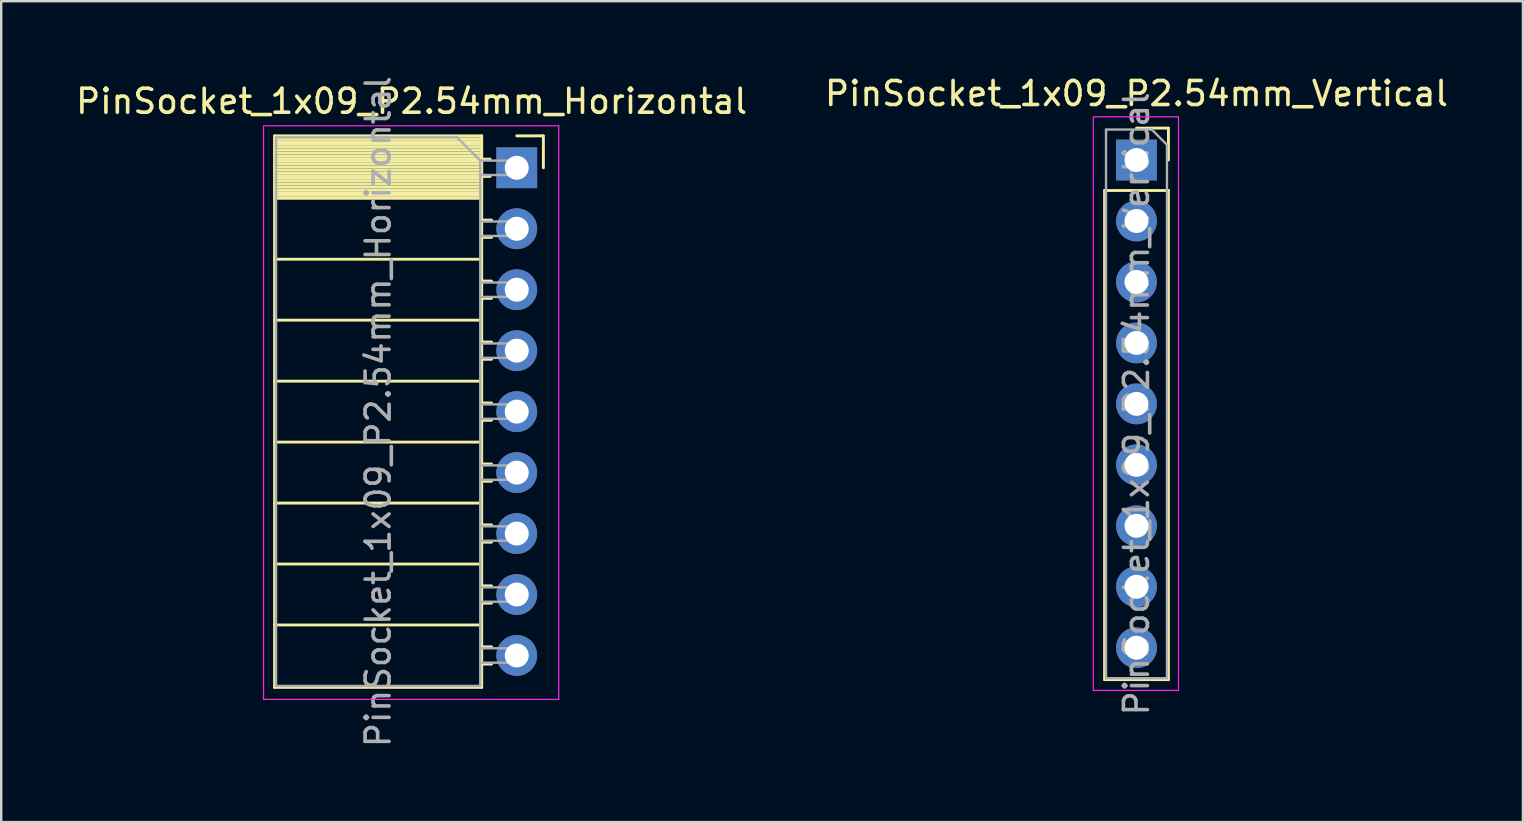
<source format=kicad_pcb>
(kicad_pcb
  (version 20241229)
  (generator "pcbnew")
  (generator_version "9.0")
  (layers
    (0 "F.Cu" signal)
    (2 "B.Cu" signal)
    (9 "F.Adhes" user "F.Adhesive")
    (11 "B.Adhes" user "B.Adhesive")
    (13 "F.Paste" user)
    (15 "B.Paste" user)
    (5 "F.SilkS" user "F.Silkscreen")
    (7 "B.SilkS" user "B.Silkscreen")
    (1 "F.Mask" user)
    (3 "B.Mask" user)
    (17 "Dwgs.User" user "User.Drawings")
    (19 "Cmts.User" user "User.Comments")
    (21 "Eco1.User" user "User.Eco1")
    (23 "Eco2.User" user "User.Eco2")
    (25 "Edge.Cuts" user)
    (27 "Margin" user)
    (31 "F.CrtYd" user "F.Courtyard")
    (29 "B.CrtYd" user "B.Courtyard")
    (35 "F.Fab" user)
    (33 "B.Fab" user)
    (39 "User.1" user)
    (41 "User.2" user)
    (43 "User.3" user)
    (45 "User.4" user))
  (footprint "PinSocket_1x09_P2.54mm_Horizontal"
    (layer "F.Cu")
    (at 18.481 3.941)
    (property "Reference" "PinSocket_1x09_P2.54mm_Horizontal" (at -4.38 -2.77 0) (layer "F.SilkS") (effects (font (size 1 1) (thickness 0.15))))
    (attr through_hole)
    (fp_line (start -10.09 -1.33) (end -10.09 21.65) (stroke (width 0.12) (type solid)) (layer "F.SilkS"))
    (fp_line (start -10.09 -1.33) (end -1.46 -1.33) (stroke (width 0.12) (type solid)) (layer "F.SilkS"))
    (fp_line (start -10.09 -1.21) (end -1.46 -1.21) (stroke (width 0.12) (type solid)) (layer "F.SilkS"))
    (fp_line (start -10.09 -1.092) (end -1.46 -1.092) (stroke (width 0.12) (type solid)) (layer "F.SilkS"))
    (fp_line (start -10.09 -0.974) (end -1.46 -0.974) (stroke (width 0.12) (type solid)) (layer "F.SilkS"))
    (fp_line (start -10.09 -0.856) (end -1.46 -0.856) (stroke (width 0.12) (type solid)) (layer "F.SilkS"))
    (fp_line (start -10.09 -0.738) (end -1.46 -0.738) (stroke (width 0.12) (type solid)) (layer "F.SilkS"))
    (fp_line (start -10.09 -0.62) (end -1.46 -0.62) (stroke (width 0.12) (type solid)) (layer "F.SilkS"))
    (fp_line (start -10.09 -0.501) (end -1.46 -0.501) (stroke (width 0.12) (type solid)) (layer "F.SilkS"))
    (fp_line (start -10.09 -0.383) (end -1.46 -0.383) (stroke (width 0.12) (type solid)) (layer "F.SilkS"))
    (fp_line (start -10.09 -0.265) (end -1.46 -0.265) (stroke (width 0.12) (type solid)) (layer "F.SilkS"))
    (fp_line (start -10.09 -0.147) (end -1.46 -0.147) (stroke (width 0.12) (type solid)) (layer "F.SilkS"))
    (fp_line (start -10.09 -0.029) (end -1.46 -0.029) (stroke (width 0.12) (type solid)) (layer "F.SilkS"))
    (fp_line (start -10.09 0.089) (end -1.46 0.089) (stroke (width 0.12) (type solid)) (layer "F.SilkS"))
    (fp_line (start -10.09 0.207) (end -1.46 0.207) (stroke (width 0.12) (type solid)) (layer "F.SilkS"))
    (fp_line (start -10.09 0.325) (end -1.46 0.325) (stroke (width 0.12) (type solid)) (layer "F.SilkS"))
    (fp_line (start -10.09 0.443) (end -1.46 0.443) (stroke (width 0.12) (type solid)) (layer "F.SilkS"))
    (fp_line (start -10.09 0.561) (end -1.46 0.561) (stroke (width 0.12) (type solid)) (layer "F.SilkS"))
    (fp_line (start -10.09 0.68) (end -1.46 0.68) (stroke (width 0.12) (type solid)) (layer "F.SilkS"))
    (fp_line (start -10.09 0.798) (end -1.46 0.798) (stroke (width 0.12) (type solid)) (layer "F.SilkS"))
    (fp_line (start -10.09 0.916) (end -1.46 0.916) (stroke (width 0.12) (type solid)) (layer "F.SilkS"))
    (fp_line (start -10.09 1.034) (end -1.46 1.034) (stroke (width 0.12) (type solid)) (layer "F.SilkS"))
    (fp_line (start -10.09 1.152) (end -1.46 1.152) (stroke (width 0.12) (type solid)) (layer "F.SilkS"))
    (fp_line (start -10.09 1.27) (end -1.46 1.27) (stroke (width 0.12) (type solid)) (layer "F.SilkS"))
    (fp_line (start -10.09 3.81) (end -1.46 3.81) (stroke (width 0.12) (type solid)) (layer "F.SilkS"))
    (fp_line (start -10.09 6.35) (end -1.46 6.35) (stroke (width 0.12) (type solid)) (layer "F.SilkS"))
    (fp_line (start -10.09 8.89) (end -1.46 8.89) (stroke (width 0.12) (type solid)) (layer "F.SilkS"))
    (fp_line (start -10.09 11.43) (end -1.46 11.43) (stroke (width 0.12) (type solid)) (layer "F.SilkS"))
    (fp_line (start -10.09 13.97) (end -1.46 13.97) (stroke (width 0.12) (type solid)) (layer "F.SilkS"))
    (fp_line (start -10.09 16.51) (end -1.46 16.51) (stroke (width 0.12) (type solid)) (layer "F.SilkS"))
    (fp_line (start -10.09 19.05) (end -1.46 19.05) (stroke (width 0.12) (type solid)) (layer "F.SilkS"))
    (fp_line (start -10.09 21.65) (end -1.46 21.65) (stroke (width 0.12) (type solid)) (layer "F.SilkS"))
    (fp_line (start -1.46 -1.33) (end -1.46 21.65) (stroke (width 0.12) (type solid)) (layer "F.SilkS"))
    (fp_line (start -1.46 -0.36) (end -1.11 -0.36) (stroke (width 0.12) (type solid)) (layer "F.SilkS"))
    (fp_line (start -1.46 0.36) (end -1.11 0.36) (stroke (width 0.12) (type solid)) (layer "F.SilkS"))
    (fp_line (start -1.46 2.18) (end -1.05 2.18) (stroke (width 0.12) (type solid)) (layer "F.SilkS"))
    (fp_line (start -1.46 2.9) (end -1.05 2.9) (stroke (width 0.12) (type solid)) (layer "F.SilkS"))
    (fp_line (start -1.46 4.72) (end -1.05 4.72) (stroke (width 0.12) (type solid)) (layer "F.SilkS"))
    (fp_line (start -1.46 5.44) (end -1.05 5.44) (stroke (width 0.12) (type solid)) (layer "F.SilkS"))
    (fp_line (start -1.46 7.26) (end -1.05 7.26) (stroke (width 0.12) (type solid)) (layer "F.SilkS"))
    (fp_line (start -1.46 7.98) (end -1.05 7.98) (stroke (width 0.12) (type solid)) (layer "F.SilkS"))
    (fp_line (start -1.46 9.8) (end -1.05 9.8) (stroke (width 0.12) (type solid)) (layer "F.SilkS"))
    (fp_line (start -1.46 10.52) (end -1.05 10.52) (stroke (width 0.12) (type solid)) (layer "F.SilkS"))
    (fp_line (start -1.46 12.34) (end -1.05 12.34) (stroke (width 0.12) (type solid)) (layer "F.SilkS"))
    (fp_line (start -1.46 13.06) (end -1.05 13.06) (stroke (width 0.12) (type solid)) (layer "F.SilkS"))
    (fp_line (start -1.46 14.88) (end -1.05 14.88) (stroke (width 0.12) (type solid)) (layer "F.SilkS"))
    (fp_line (start -1.46 15.6) (end -1.05 15.6) (stroke (width 0.12) (type solid)) (layer "F.SilkS"))
    (fp_line (start -1.46 17.42) (end -1.05 17.42) (stroke (width 0.12) (type solid)) (layer "F.SilkS"))
    (fp_line (start -1.46 18.14) (end -1.05 18.14) (stroke (width 0.12) (type solid)) (layer "F.SilkS"))
    (fp_line (start -1.46 19.96) (end -1.05 19.96) (stroke (width 0.12) (type solid)) (layer "F.SilkS"))
    (fp_line (start -1.46 20.68) (end -1.05 20.68) (stroke (width 0.12) (type solid)) (layer "F.SilkS"))
    (fp_line (start 0 -1.33) (end 1.11 -1.33) (stroke (width 0.12) (type solid)) (layer "F.SilkS"))
    (fp_line (start 1.11 -1.33) (end 1.11 0) (stroke (width 0.12) (type solid)) (layer "F.SilkS"))
    (fp_line (start -10.55 -1.75) (end -10.55 22.15) (stroke (width 0.05) (type solid)) (layer "F.CrtYd"))
    (fp_line (start -10.55 22.15) (end 1.75 22.15) (stroke (width 0.05) (type solid)) (layer "F.CrtYd"))
    (fp_line (start 1.75 -1.75) (end -10.55 -1.75) (stroke (width 0.05) (type solid)) (layer "F.CrtYd"))
    (fp_line (start 1.75 22.15) (end 1.75 -1.75) (stroke (width 0.05) (type solid)) (layer "F.CrtYd"))
    (fp_line (start -10.03 -1.27) (end -2.49 -1.27) (stroke (width 0.1) (type solid)) (layer "F.Fab"))
    (fp_line (start -10.03 21.59) (end -10.03 -1.27) (stroke (width 0.1) (type solid)) (layer "F.Fab"))
    (fp_line (start -2.49 -1.27) (end -1.52 -0.3) (stroke (width 0.1) (type solid)) (layer "F.Fab"))
    (fp_line (start -1.52 -0.3) (end -1.52 21.59) (stroke (width 0.1) (type solid)) (layer "F.Fab"))
    (fp_line (start -1.52 0.3) (end 0 0.3) (stroke (width 0.1) (type solid)) (layer "F.Fab"))
    (fp_line (start -1.52 2.84) (end 0 2.84) (stroke (width 0.1) (type solid)) (layer "F.Fab"))
    (fp_line (start -1.52 5.38) (end 0 5.38) (stroke (width 0.1) (type solid)) (layer "F.Fab"))
    (fp_line (start -1.52 7.92) (end 0 7.92) (stroke (width 0.1) (type solid)) (layer "F.Fab"))
    (fp_line (start -1.52 10.46) (end 0 10.46) (stroke (width 0.1) (type solid)) (layer "F.Fab"))
    (fp_line (start -1.52 13) (end 0 13) (stroke (width 0.1) (type solid)) (layer "F.Fab"))
    (fp_line (start -1.52 15.54) (end 0 15.54) (stroke (width 0.1) (type solid)) (layer "F.Fab"))
    (fp_line (start -1.52 18.08) (end 0 18.08) (stroke (width 0.1) (type solid)) (layer "F.Fab"))
    (fp_line (start -1.52 20.62) (end 0 20.62) (stroke (width 0.1) (type solid)) (layer "F.Fab"))
    (fp_line (start -1.52 21.59) (end -10.03 21.59) (stroke (width 0.1) (type solid)) (layer "F.Fab"))
    (fp_line (start 0 -0.3) (end -1.52 -0.3) (stroke (width 0.1) (type solid)) (layer "F.Fab"))
    (fp_line (start 0 0.3) (end 0 -0.3) (stroke (width 0.1) (type solid)) (layer "F.Fab"))
    (fp_line (start 0 2.24) (end -1.52 2.24) (stroke (width 0.1) (type solid)) (layer "F.Fab"))
    (fp_line (start 0 2.84) (end 0 2.24) (stroke (width 0.1) (type solid)) (layer "F.Fab"))
    (fp_line (start 0 4.78) (end -1.52 4.78) (stroke (width 0.1) (type solid)) (layer "F.Fab"))
    (fp_line (start 0 5.38) (end 0 4.78) (stroke (width 0.1) (type solid)) (layer "F.Fab"))
    (fp_line (start 0 7.32) (end -1.52 7.32) (stroke (width 0.1) (type solid)) (layer "F.Fab"))
    (fp_line (start 0 7.92) (end 0 7.32) (stroke (width 0.1) (type solid)) (layer "F.Fab"))
    (fp_line (start 0 9.86) (end -1.52 9.86) (stroke (width 0.1) (type solid)) (layer "F.Fab"))
    (fp_line (start 0 10.46) (end 0 9.86) (stroke (width 0.1) (type solid)) (layer "F.Fab"))
    (fp_line (start 0 12.4) (end -1.52 12.4) (stroke (width 0.1) (type solid)) (layer "F.Fab"))
    (fp_line (start 0 13) (end 0 12.4) (stroke (width 0.1) (type solid)) (layer "F.Fab"))
    (fp_line (start 0 14.94) (end -1.52 14.94) (stroke (width 0.1) (type solid)) (layer "F.Fab"))
    (fp_line (start 0 15.54) (end 0 14.94) (stroke (width 0.1) (type solid)) (layer "F.Fab"))
    (fp_line (start 0 17.48) (end -1.52 17.48) (stroke (width 0.1) (type solid)) (layer "F.Fab"))
    (fp_line (start 0 18.08) (end 0 17.48) (stroke (width 0.1) (type solid)) (layer "F.Fab"))
    (fp_line (start 0 20.02) (end -1.52 20.02) (stroke (width 0.1) (type solid)) (layer "F.Fab"))
    (fp_line (start 0 20.62) (end 0 20.02) (stroke (width 0.1) (type solid)) (layer "F.Fab"))
    (fp_text user "${REFERENCE}" (at -5.775 10.16 90) (layer "F.Fab") (effects (font (size 1 1) (thickness 0.15))))
    (pad "1" thru_hole rect (at 0 0) (size 1.7 1.7) (drill 1) (layers "*.Cu" "*.Mask"))
    (pad "2" thru_hole circle (at 0 2.54) (size 1.7 1.7) (drill 1) (layers "*.Cu" "*.Mask"))
    (pad "3" thru_hole circle (at 0 5.08) (size 1.7 1.7) (drill 1) (layers "*.Cu" "*.Mask"))
    (pad "4" thru_hole circle (at 0 7.62) (size 1.7 1.7) (drill 1) (layers "*.Cu" "*.Mask"))
    (pad "5" thru_hole circle (at 0 10.16) (size 1.7 1.7) (drill 1) (layers "*.Cu" "*.Mask"))
    (pad "6" thru_hole circle (at 0 12.7) (size 1.7 1.7) (drill 1) (layers "*.Cu" "*.Mask"))
    (pad "7" thru_hole circle (at 0 15.24) (size 1.7 1.7) (drill 1) (layers "*.Cu" "*.Mask"))
    (pad "8" thru_hole circle (at 0 17.78) (size 1.7 1.7) (drill 1) (layers "*.Cu" "*.Mask"))
    (pad "9" thru_hole circle (at 0 20.32) (size 1.7 1.7) (drill 1) (layers "*.Cu" "*.Mask")))
  (footprint "PinSocket_1x09_P2.54mm_Vertical"
    (layer "F.Cu")
    (at 44.304 3.618)
    (property "Reference" "PinSocket_1x09_P2.54mm_Vertical" (at 0 -2.77 0) (layer "F.SilkS") (effects (font (size 1 1) (thickness 0.15))))
    (attr through_hole)
    (fp_line (start -1.33 1.27) (end -1.33 21.65) (stroke (width 0.12) (type solid)) (layer "F.SilkS"))
    (fp_line (start -1.33 1.27) (end 1.33 1.27) (stroke (width 0.12) (type solid)) (layer "F.SilkS"))
    (fp_line (start -1.33 21.65) (end 1.33 21.65) (stroke (width 0.12) (type solid)) (layer "F.SilkS"))
    (fp_line (start 0 -1.33) (end 1.33 -1.33) (stroke (width 0.12) (type solid)) (layer "F.SilkS"))
    (fp_line (start 1.33 -1.33) (end 1.33 0) (stroke (width 0.12) (type solid)) (layer "F.SilkS"))
    (fp_line (start 1.33 1.27) (end 1.33 21.65) (stroke (width 0.12) (type solid)) (layer "F.SilkS"))
    (fp_line (start -1.8 -1.8) (end 1.75 -1.8) (stroke (width 0.05) (type solid)) (layer "F.CrtYd"))
    (fp_line (start -1.8 22.1) (end -1.8 -1.8) (stroke (width 0.05) (type solid)) (layer "F.CrtYd"))
    (fp_line (start 1.75 -1.8) (end 1.75 22.1) (stroke (width 0.05) (type solid)) (layer "F.CrtYd"))
    (fp_line (start 1.75 22.1) (end -1.8 22.1) (stroke (width 0.05) (type solid)) (layer "F.CrtYd"))
    (fp_line (start -1.27 -1.27) (end 0.635 -1.27) (stroke (width 0.1) (type solid)) (layer "F.Fab"))
    (fp_line (start -1.27 21.59) (end -1.27 -1.27) (stroke (width 0.1) (type solid)) (layer "F.Fab"))
    (fp_line (start 0.635 -1.27) (end 1.27 -0.635) (stroke (width 0.1) (type solid)) (layer "F.Fab"))
    (fp_line (start 1.27 -0.635) (end 1.27 21.59) (stroke (width 0.1) (type solid)) (layer "F.Fab"))
    (fp_line (start 1.27 21.59) (end -1.27 21.59) (stroke (width 0.1) (type solid)) (layer "F.Fab"))
    (fp_text user "${REFERENCE}" (at 0 10.16 90) (layer "F.Fab") (effects (font (size 1 1) (thickness 0.15))))
    (pad "1" thru_hole rect (at 0 0) (size 1.7 1.7) (drill 1) (layers "*.Cu" "*.Mask"))
    (pad "2" thru_hole circle (at 0 2.54) (size 1.7 1.7) (drill 1) (layers "*.Cu" "*.Mask"))
    (pad "3" thru_hole circle (at 0 5.08) (size 1.7 1.7) (drill 1) (layers "*.Cu" "*.Mask"))
    (pad "4" thru_hole circle (at 0 7.62) (size 1.7 1.7) (drill 1) (layers "*.Cu" "*.Mask"))
    (pad "5" thru_hole circle (at 0 10.16) (size 1.7 1.7) (drill 1) (layers "*.Cu" "*.Mask"))
    (pad "6" thru_hole circle (at 0 12.7) (size 1.7 1.7) (drill 1) (layers "*.Cu" "*.Mask"))
    (pad "7" thru_hole circle (at 0 15.24) (size 1.7 1.7) (drill 1) (layers "*.Cu" "*.Mask"))
    (pad "8" thru_hole circle (at 0 17.78) (size 1.7 1.7) (drill 1) (layers "*.Cu" "*.Mask"))
    (pad "9" thru_hole circle (at 0 20.32) (size 1.7 1.7) (drill 1) (layers "*.Cu" "*.Mask")))
  (gr_rect
    (start -3 -3)
    (end 60.405 31.202)
    (stroke (width 0.1) (type default))
    (fill no)
    (layer "Edge.Cuts")))
</source>
